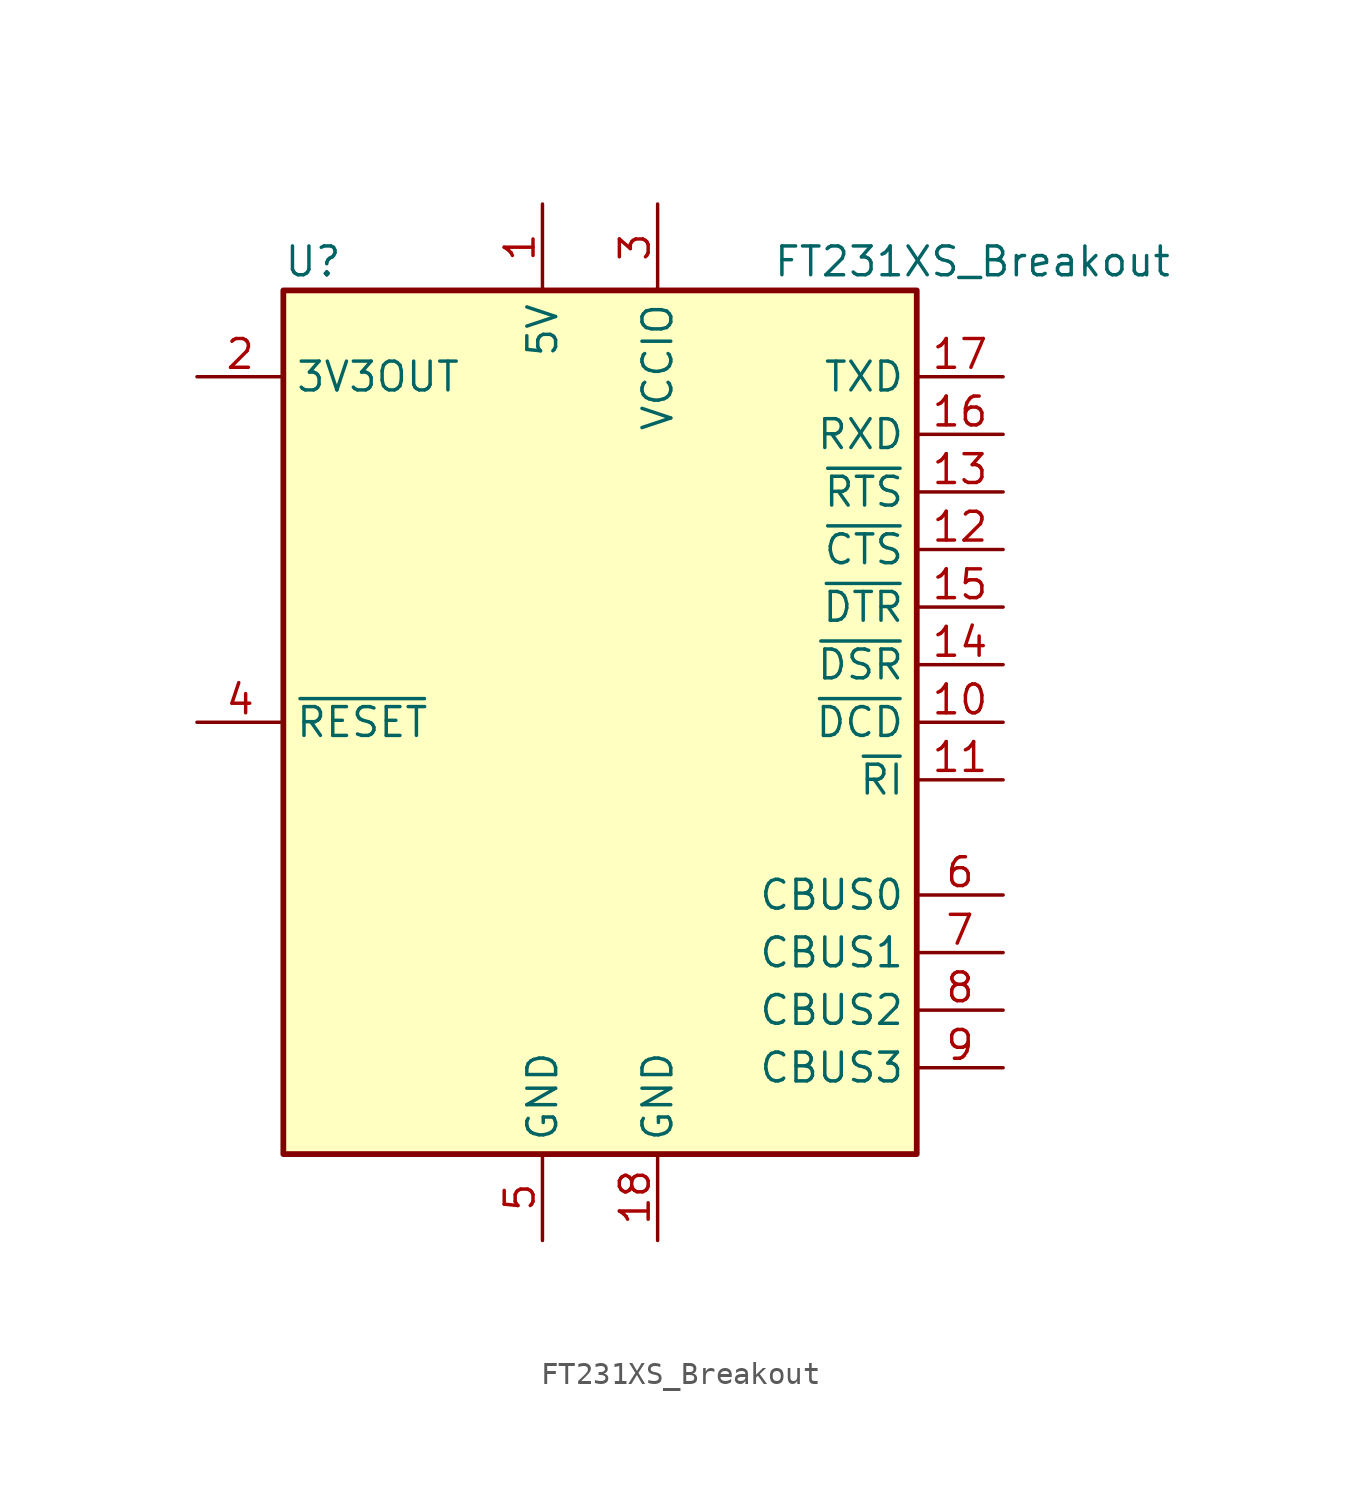
<source format=kicad_sym>
(kicad_symbol_lib
  (version 20231120)
  (generator "kicad_symbol_editor")
  (generator_version "8.0")
  (symbol "FT231XS_Breakout"
    (property "Reference" "U"
      (at -13.97 20.32 0)
      (effects (font (size 1.27 1.27)) (justify left)))
    (property "Value" "FT231XS_Breakout"
      (at 7.62 20.32 0)
      (effects (font (size 1.27 1.27)) (justify left)))
    (symbol "FT231XS_Breakout_0_1"
      (rectangle (start -13.97 19.05) (end 13.97 -19.05) (stroke (width 0.254) (type default)) (fill (type background))))
    (symbol "FT231XS_Breakout_1_1"
      (pin power_in line (at -2.54 22.86 270) (length 3.81) (name "5V" (effects (font (size 1.27 1.27)))) (number "1" (effects (font (size 1.27 1.27)))))
      (pin input line (at 17.78 0 180) (length 3.81) (name "~{DCD}" (effects (font (size 1.27 1.27)))) (number "10" (effects (font (size 1.27 1.27)))))
      (pin input line (at 17.78 -2.54 180) (length 3.81) (name "~{RI}" (effects (font (size 1.27 1.27)))) (number "11" (effects (font (size 1.27 1.27)))))
      (pin input line (at 17.78 7.62 180) (length 3.81) (name "~{CTS}" (effects (font (size 1.27 1.27)))) (number "12" (effects (font (size 1.27 1.27)))))
      (pin output line (at 17.78 10.16 180) (length 3.81) (name "~{RTS}" (effects (font (size 1.27 1.27)))) (number "13" (effects (font (size 1.27 1.27)))))
      (pin input line (at 17.78 2.54 180) (length 3.81) (name "~{DSR}" (effects (font (size 1.27 1.27)))) (number "14" (effects (font (size 1.27 1.27)))))
      (pin output line (at 17.78 5.08 180) (length 3.81) (name "~{DTR}" (effects (font (size 1.27 1.27)))) (number "15" (effects (font (size 1.27 1.27)))))
      (pin input line (at 17.78 12.7 180) (length 3.81) (name "RXD" (effects (font (size 1.27 1.27)))) (number "16" (effects (font (size 1.27 1.27)))))
      (pin output line (at 17.78 15.24 180) (length 3.81) (name "TXD" (effects (font (size 1.27 1.27)))) (number "17" (effects (font (size 1.27 1.27)))))
      (pin power_in line (at 2.54 -22.86 90) (length 3.81) (name "GND" (effects (font (size 1.27 1.27)))) (number "18" (effects (font (size 1.27 1.27)))))
      (pin power_out line (at -17.78 15.24 0) (length 3.81) (name "3V3OUT" (effects (font (size 1.27 1.27)))) (number "2" (effects (font (size 1.27 1.27)))))
      (pin power_in line (at 2.54 22.86 270) (length 3.81) (name "VCCIO" (effects (font (size 1.27 1.27)))) (number "3" (effects (font (size 1.27 1.27)))))
      (pin input line (at -17.78 0 0) (length 3.81) (name "~{RESET}" (effects (font (size 1.27 1.27)))) (number "4" (effects (font (size 1.27 1.27)))))
      (pin power_in line (at -2.54 -22.86 90) (length 3.81) (name "GND" (effects (font (size 1.27 1.27)))) (number "5" (effects (font (size 1.27 1.27)))))
      (pin bidirectional line (at 17.78 -7.62 180) (length 3.81) (name "CBUS0" (effects (font (size 1.27 1.27)))) (number "6" (effects (font (size 1.27 1.27)))))
      (pin bidirectional line (at 17.78 -10.16 180) (length 3.81) (name "CBUS1" (effects (font (size 1.27 1.27)))) (number "7" (effects (font (size 1.27 1.27)))))
      (pin bidirectional line (at 17.78 -12.7 180) (length 3.81) (name "CBUS2" (effects (font (size 1.27 1.27)))) (number "8" (effects (font (size 1.27 1.27)))))
      (pin bidirectional line (at 17.78 -15.24 180) (length 3.81) (name "CBUS3" (effects (font (size 1.27 1.27)))) (number "9" (effects (font (size 1.27 1.27))))))))
</source>
